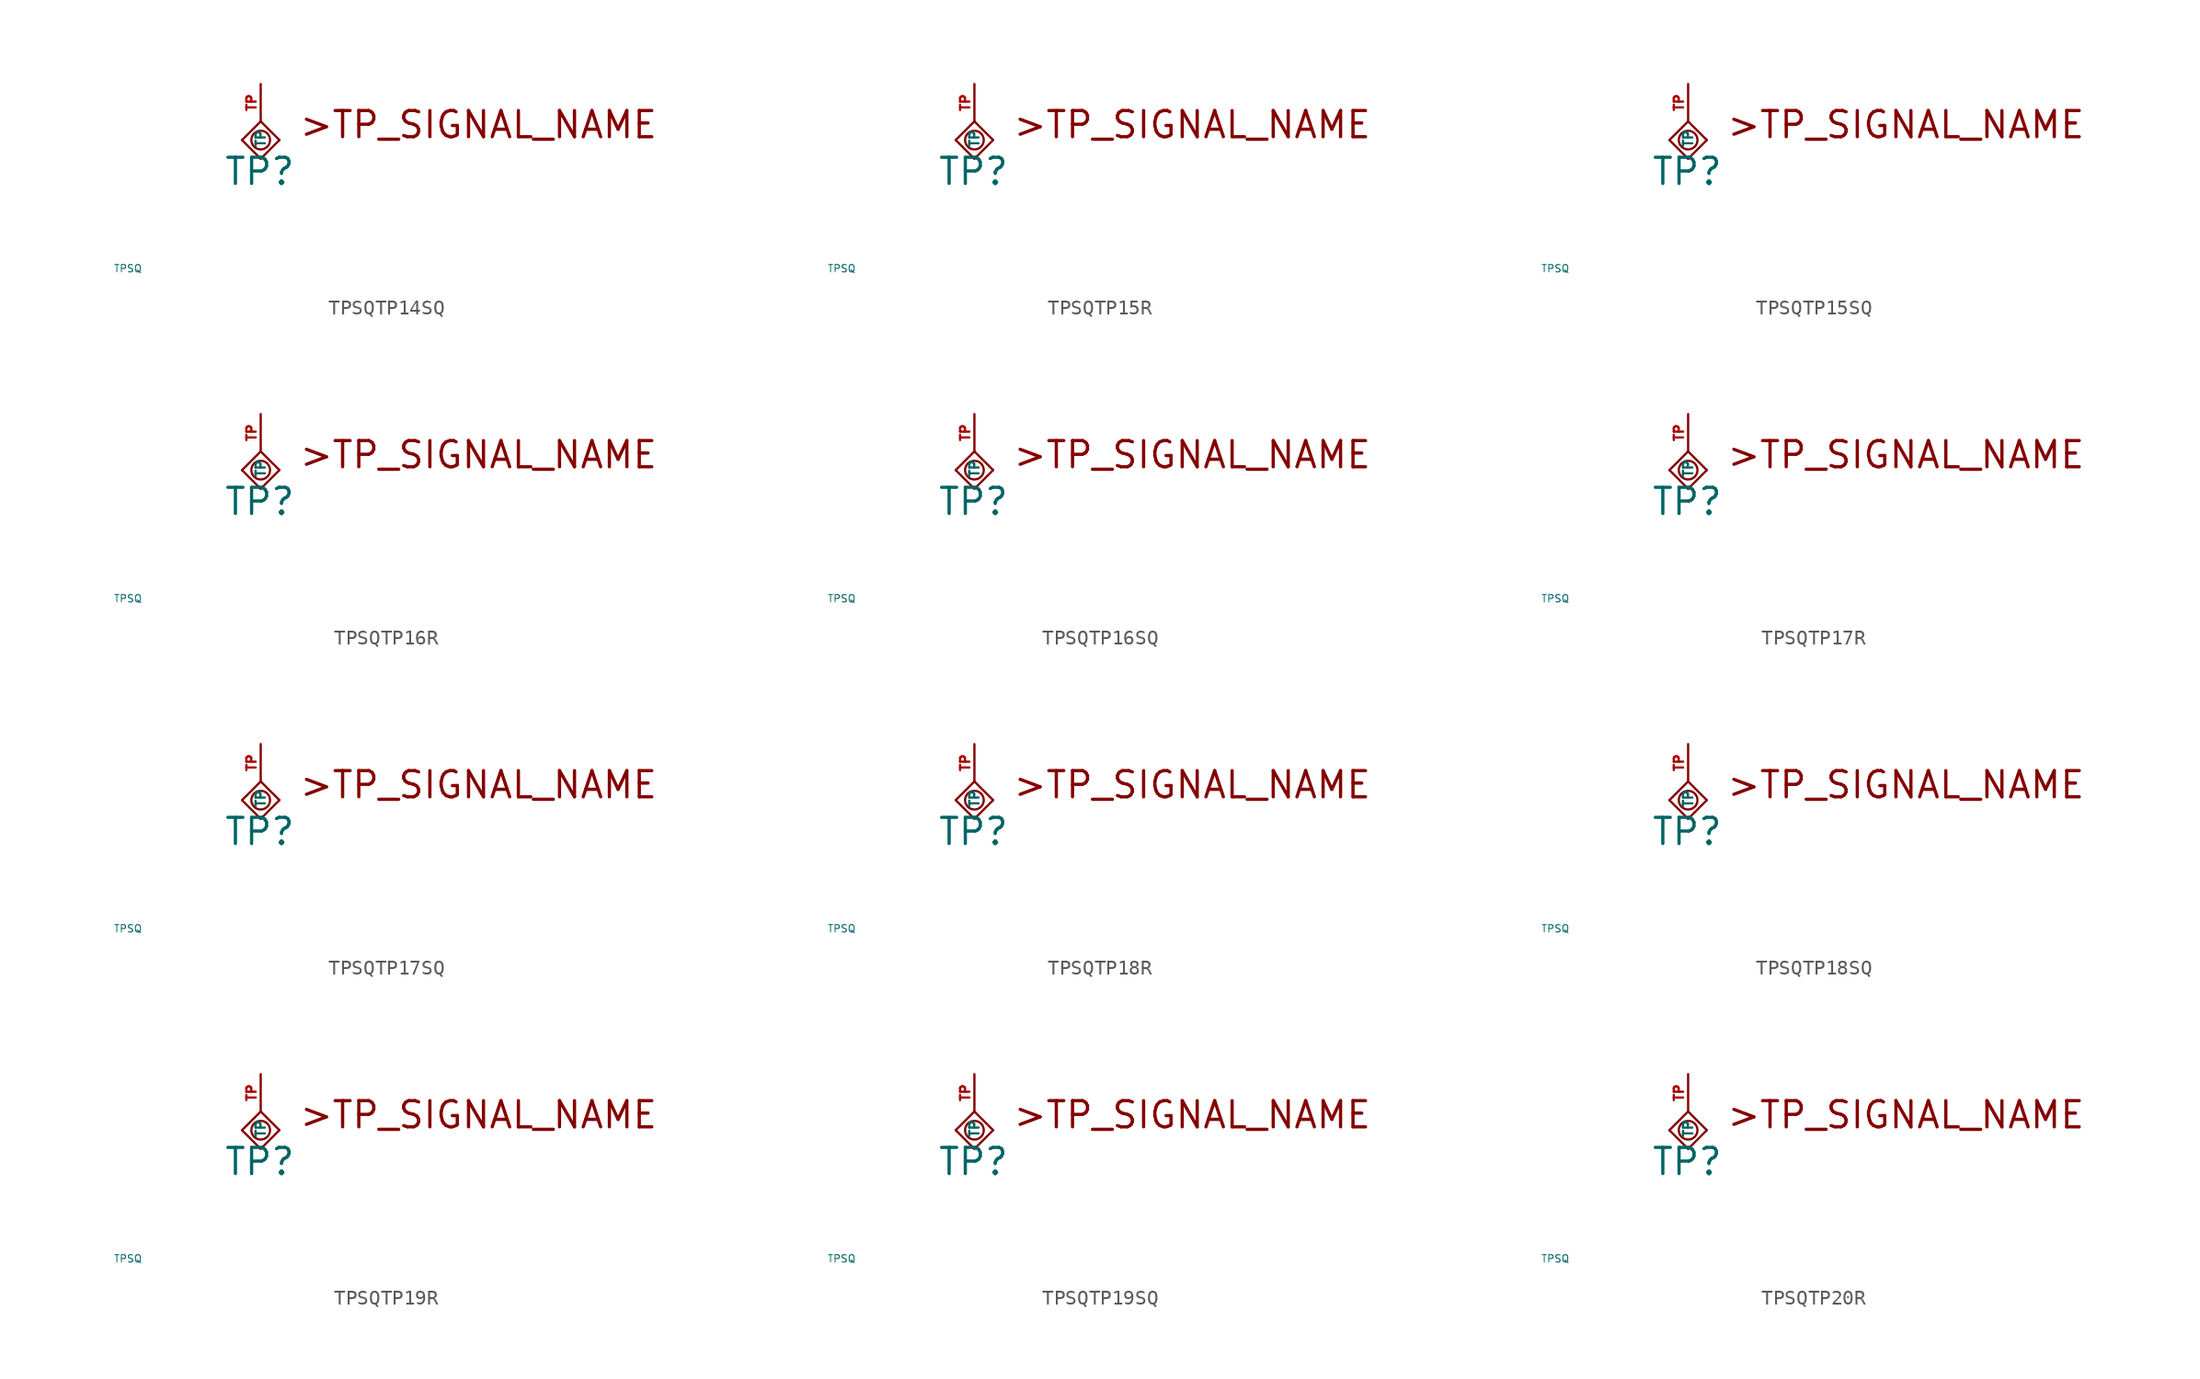
<source format=kicad_sym>
(kicad_symbol_lib
  (version 20220914)
  (generator Eagle2Kicad)
  (symbol "TPSQTP14SQ"
    (property "Reference" "TP"
      (at -2.54 -4.445 0)
      (effects (font (size 1.778 1.778) (thickness 0.22)) (justify left bottom)))
    (property "Value" "TPSQ"
      (at -10 -10 0)
      (effects (font (size 0.5 0.5) (thickness 0.06)) (justify left)))
    (polyline
      (pts (xy 0 -2.54) (xy 1.27 -1.27))
      (stroke (width 0.152) (type default))
      (fill (type none)))
    (polyline
      (pts (xy 1.27 -1.27) (xy 0 0))
      (stroke (width 0.152) (type default))
      (fill (type none)))
    (polyline
      (pts (xy 0 0) (xy -1.27 -1.27))
      (stroke (width 0.152) (type default))
      (fill (type none)))
    (polyline
      (pts (xy -1.27 -1.27) (xy 0 -2.54))
      (stroke (width 0.152) (type default))
      (fill (type none)))
    (text ">TP_SIGNAL_NAME"
      (at 2.54 -1.27 0)
      (effects (font (size 1.778 1.778) (thickness 0.22)) (justify left bottom)))
    (circle
      (center 0 -1.27)
      (radius 0.635)
      (stroke (width 0.152) (type default))
      (fill (type none)))
    (pin input line
      (at 0 2.54 270)
      (length 2.54)
      (name "TP" (effects (font (size 0.635 0.635) (thickness 0.08)) (justify left bottom)))
      (number "TP" (effects (font (size 0.635 0.635) (thickness 0.08)) (justify left bottom)))))
  (symbol "TPSQTP15R"
    (property "Reference" "TP"
      (at -2.54 -4.445 0)
      (effects (font (size 1.778 1.778) (thickness 0.22)) (justify left bottom)))
    (property "Value" "TPSQ"
      (at -10 -10 0)
      (effects (font (size 0.5 0.5) (thickness 0.06)) (justify left)))
    (polyline
      (pts (xy 0 -2.54) (xy 1.27 -1.27))
      (stroke (width 0.152) (type default))
      (fill (type none)))
    (polyline
      (pts (xy 1.27 -1.27) (xy 0 0))
      (stroke (width 0.152) (type default))
      (fill (type none)))
    (polyline
      (pts (xy 0 0) (xy -1.27 -1.27))
      (stroke (width 0.152) (type default))
      (fill (type none)))
    (polyline
      (pts (xy -1.27 -1.27) (xy 0 -2.54))
      (stroke (width 0.152) (type default))
      (fill (type none)))
    (text ">TP_SIGNAL_NAME"
      (at 2.54 -1.27 0)
      (effects (font (size 1.778 1.778) (thickness 0.22)) (justify left bottom)))
    (circle
      (center 0 -1.27)
      (radius 0.635)
      (stroke (width 0.152) (type default))
      (fill (type none)))
    (pin input line
      (at 0 2.54 270)
      (length 2.54)
      (name "TP" (effects (font (size 0.635 0.635) (thickness 0.08)) (justify left bottom)))
      (number "TP" (effects (font (size 0.635 0.635) (thickness 0.08)) (justify left bottom)))))
  (symbol "TPSQTP15SQ"
    (property "Reference" "TP"
      (at -2.54 -4.445 0)
      (effects (font (size 1.778 1.778) (thickness 0.22)) (justify left bottom)))
    (property "Value" "TPSQ"
      (at -10 -10 0)
      (effects (font (size 0.5 0.5) (thickness 0.06)) (justify left)))
    (polyline
      (pts (xy 0 -2.54) (xy 1.27 -1.27))
      (stroke (width 0.152) (type default))
      (fill (type none)))
    (polyline
      (pts (xy 1.27 -1.27) (xy 0 0))
      (stroke (width 0.152) (type default))
      (fill (type none)))
    (polyline
      (pts (xy 0 0) (xy -1.27 -1.27))
      (stroke (width 0.152) (type default))
      (fill (type none)))
    (polyline
      (pts (xy -1.27 -1.27) (xy 0 -2.54))
      (stroke (width 0.152) (type default))
      (fill (type none)))
    (text ">TP_SIGNAL_NAME"
      (at 2.54 -1.27 0)
      (effects (font (size 1.778 1.778) (thickness 0.22)) (justify left bottom)))
    (circle
      (center 0 -1.27)
      (radius 0.635)
      (stroke (width 0.152) (type default))
      (fill (type none)))
    (pin input line
      (at 0 2.54 270)
      (length 2.54)
      (name "TP" (effects (font (size 0.635 0.635) (thickness 0.08)) (justify left bottom)))
      (number "TP" (effects (font (size 0.635 0.635) (thickness 0.08)) (justify left bottom)))))
  (symbol "TPSQTP16R"
    (property "Reference" "TP"
      (at -2.54 -4.445 0)
      (effects (font (size 1.778 1.778) (thickness 0.22)) (justify left bottom)))
    (property "Value" "TPSQ"
      (at -10 -10 0)
      (effects (font (size 0.5 0.5) (thickness 0.06)) (justify left)))
    (polyline
      (pts (xy 0 -2.54) (xy 1.27 -1.27))
      (stroke (width 0.152) (type default))
      (fill (type none)))
    (polyline
      (pts (xy 1.27 -1.27) (xy 0 0))
      (stroke (width 0.152) (type default))
      (fill (type none)))
    (polyline
      (pts (xy 0 0) (xy -1.27 -1.27))
      (stroke (width 0.152) (type default))
      (fill (type none)))
    (polyline
      (pts (xy -1.27 -1.27) (xy 0 -2.54))
      (stroke (width 0.152) (type default))
      (fill (type none)))
    (text ">TP_SIGNAL_NAME"
      (at 2.54 -1.27 0)
      (effects (font (size 1.778 1.778) (thickness 0.22)) (justify left bottom)))
    (circle
      (center 0 -1.27)
      (radius 0.635)
      (stroke (width 0.152) (type default))
      (fill (type none)))
    (pin input line
      (at 0 2.54 270)
      (length 2.54)
      (name "TP" (effects (font (size 0.635 0.635) (thickness 0.08)) (justify left bottom)))
      (number "TP" (effects (font (size 0.635 0.635) (thickness 0.08)) (justify left bottom)))))
  (symbol "TPSQTP16SQ"
    (property "Reference" "TP"
      (at -2.54 -4.445 0)
      (effects (font (size 1.778 1.778) (thickness 0.22)) (justify left bottom)))
    (property "Value" "TPSQ"
      (at -10 -10 0)
      (effects (font (size 0.5 0.5) (thickness 0.06)) (justify left)))
    (polyline
      (pts (xy 0 -2.54) (xy 1.27 -1.27))
      (stroke (width 0.152) (type default))
      (fill (type none)))
    (polyline
      (pts (xy 1.27 -1.27) (xy 0 0))
      (stroke (width 0.152) (type default))
      (fill (type none)))
    (polyline
      (pts (xy 0 0) (xy -1.27 -1.27))
      (stroke (width 0.152) (type default))
      (fill (type none)))
    (polyline
      (pts (xy -1.27 -1.27) (xy 0 -2.54))
      (stroke (width 0.152) (type default))
      (fill (type none)))
    (text ">TP_SIGNAL_NAME"
      (at 2.54 -1.27 0)
      (effects (font (size 1.778 1.778) (thickness 0.22)) (justify left bottom)))
    (circle
      (center 0 -1.27)
      (radius 0.635)
      (stroke (width 0.152) (type default))
      (fill (type none)))
    (pin input line
      (at 0 2.54 270)
      (length 2.54)
      (name "TP" (effects (font (size 0.635 0.635) (thickness 0.08)) (justify left bottom)))
      (number "TP" (effects (font (size 0.635 0.635) (thickness 0.08)) (justify left bottom)))))
  (symbol "TPSQTP17R"
    (property "Reference" "TP"
      (at -2.54 -4.445 0)
      (effects (font (size 1.778 1.778) (thickness 0.22)) (justify left bottom)))
    (property "Value" "TPSQ"
      (at -10 -10 0)
      (effects (font (size 0.5 0.5) (thickness 0.06)) (justify left)))
    (polyline
      (pts (xy 0 -2.54) (xy 1.27 -1.27))
      (stroke (width 0.152) (type default))
      (fill (type none)))
    (polyline
      (pts (xy 1.27 -1.27) (xy 0 0))
      (stroke (width 0.152) (type default))
      (fill (type none)))
    (polyline
      (pts (xy 0 0) (xy -1.27 -1.27))
      (stroke (width 0.152) (type default))
      (fill (type none)))
    (polyline
      (pts (xy -1.27 -1.27) (xy 0 -2.54))
      (stroke (width 0.152) (type default))
      (fill (type none)))
    (text ">TP_SIGNAL_NAME"
      (at 2.54 -1.27 0)
      (effects (font (size 1.778 1.778) (thickness 0.22)) (justify left bottom)))
    (circle
      (center 0 -1.27)
      (radius 0.635)
      (stroke (width 0.152) (type default))
      (fill (type none)))
    (pin input line
      (at 0 2.54 270)
      (length 2.54)
      (name "TP" (effects (font (size 0.635 0.635) (thickness 0.08)) (justify left bottom)))
      (number "TP" (effects (font (size 0.635 0.635) (thickness 0.08)) (justify left bottom)))))
  (symbol "TPSQTP17SQ"
    (property "Reference" "TP"
      (at -2.54 -4.445 0)
      (effects (font (size 1.778 1.778) (thickness 0.22)) (justify left bottom)))
    (property "Value" "TPSQ"
      (at -10 -10 0)
      (effects (font (size 0.5 0.5) (thickness 0.06)) (justify left)))
    (polyline
      (pts (xy 0 -2.54) (xy 1.27 -1.27))
      (stroke (width 0.152) (type default))
      (fill (type none)))
    (polyline
      (pts (xy 1.27 -1.27) (xy 0 0))
      (stroke (width 0.152) (type default))
      (fill (type none)))
    (polyline
      (pts (xy 0 0) (xy -1.27 -1.27))
      (stroke (width 0.152) (type default))
      (fill (type none)))
    (polyline
      (pts (xy -1.27 -1.27) (xy 0 -2.54))
      (stroke (width 0.152) (type default))
      (fill (type none)))
    (text ">TP_SIGNAL_NAME"
      (at 2.54 -1.27 0)
      (effects (font (size 1.778 1.778) (thickness 0.22)) (justify left bottom)))
    (circle
      (center 0 -1.27)
      (radius 0.635)
      (stroke (width 0.152) (type default))
      (fill (type none)))
    (pin input line
      (at 0 2.54 270)
      (length 2.54)
      (name "TP" (effects (font (size 0.635 0.635) (thickness 0.08)) (justify left bottom)))
      (number "TP" (effects (font (size 0.635 0.635) (thickness 0.08)) (justify left bottom)))))
  (symbol "TPSQTP18R"
    (property "Reference" "TP"
      (at -2.54 -4.445 0)
      (effects (font (size 1.778 1.778) (thickness 0.22)) (justify left bottom)))
    (property "Value" "TPSQ"
      (at -10 -10 0)
      (effects (font (size 0.5 0.5) (thickness 0.06)) (justify left)))
    (polyline
      (pts (xy 0 -2.54) (xy 1.27 -1.27))
      (stroke (width 0.152) (type default))
      (fill (type none)))
    (polyline
      (pts (xy 1.27 -1.27) (xy 0 0))
      (stroke (width 0.152) (type default))
      (fill (type none)))
    (polyline
      (pts (xy 0 0) (xy -1.27 -1.27))
      (stroke (width 0.152) (type default))
      (fill (type none)))
    (polyline
      (pts (xy -1.27 -1.27) (xy 0 -2.54))
      (stroke (width 0.152) (type default))
      (fill (type none)))
    (text ">TP_SIGNAL_NAME"
      (at 2.54 -1.27 0)
      (effects (font (size 1.778 1.778) (thickness 0.22)) (justify left bottom)))
    (circle
      (center 0 -1.27)
      (radius 0.635)
      (stroke (width 0.152) (type default))
      (fill (type none)))
    (pin input line
      (at 0 2.54 270)
      (length 2.54)
      (name "TP" (effects (font (size 0.635 0.635) (thickness 0.08)) (justify left bottom)))
      (number "TP" (effects (font (size 0.635 0.635) (thickness 0.08)) (justify left bottom)))))
  (symbol "TPSQTP18SQ"
    (property "Reference" "TP"
      (at -2.54 -4.445 0)
      (effects (font (size 1.778 1.778) (thickness 0.22)) (justify left bottom)))
    (property "Value" "TPSQ"
      (at -10 -10 0)
      (effects (font (size 0.5 0.5) (thickness 0.06)) (justify left)))
    (polyline
      (pts (xy 0 -2.54) (xy 1.27 -1.27))
      (stroke (width 0.152) (type default))
      (fill (type none)))
    (polyline
      (pts (xy 1.27 -1.27) (xy 0 0))
      (stroke (width 0.152) (type default))
      (fill (type none)))
    (polyline
      (pts (xy 0 0) (xy -1.27 -1.27))
      (stroke (width 0.152) (type default))
      (fill (type none)))
    (polyline
      (pts (xy -1.27 -1.27) (xy 0 -2.54))
      (stroke (width 0.152) (type default))
      (fill (type none)))
    (text ">TP_SIGNAL_NAME"
      (at 2.54 -1.27 0)
      (effects (font (size 1.778 1.778) (thickness 0.22)) (justify left bottom)))
    (circle
      (center 0 -1.27)
      (radius 0.635)
      (stroke (width 0.152) (type default))
      (fill (type none)))
    (pin input line
      (at 0 2.54 270)
      (length 2.54)
      (name "TP" (effects (font (size 0.635 0.635) (thickness 0.08)) (justify left bottom)))
      (number "TP" (effects (font (size 0.635 0.635) (thickness 0.08)) (justify left bottom)))))
  (symbol "TPSQTP19R"
    (property "Reference" "TP"
      (at -2.54 -4.445 0)
      (effects (font (size 1.778 1.778) (thickness 0.22)) (justify left bottom)))
    (property "Value" "TPSQ"
      (at -10 -10 0)
      (effects (font (size 0.5 0.5) (thickness 0.06)) (justify left)))
    (polyline
      (pts (xy 0 -2.54) (xy 1.27 -1.27))
      (stroke (width 0.152) (type default))
      (fill (type none)))
    (polyline
      (pts (xy 1.27 -1.27) (xy 0 0))
      (stroke (width 0.152) (type default))
      (fill (type none)))
    (polyline
      (pts (xy 0 0) (xy -1.27 -1.27))
      (stroke (width 0.152) (type default))
      (fill (type none)))
    (polyline
      (pts (xy -1.27 -1.27) (xy 0 -2.54))
      (stroke (width 0.152) (type default))
      (fill (type none)))
    (text ">TP_SIGNAL_NAME"
      (at 2.54 -1.27 0)
      (effects (font (size 1.778 1.778) (thickness 0.22)) (justify left bottom)))
    (circle
      (center 0 -1.27)
      (radius 0.635)
      (stroke (width 0.152) (type default))
      (fill (type none)))
    (pin input line
      (at 0 2.54 270)
      (length 2.54)
      (name "TP" (effects (font (size 0.635 0.635) (thickness 0.08)) (justify left bottom)))
      (number "TP" (effects (font (size 0.635 0.635) (thickness 0.08)) (justify left bottom)))))
  (symbol "TPSQTP19SQ"
    (property "Reference" "TP"
      (at -2.54 -4.445 0)
      (effects (font (size 1.778 1.778) (thickness 0.22)) (justify left bottom)))
    (property "Value" "TPSQ"
      (at -10 -10 0)
      (effects (font (size 0.5 0.5) (thickness 0.06)) (justify left)))
    (polyline
      (pts (xy 0 -2.54) (xy 1.27 -1.27))
      (stroke (width 0.152) (type default))
      (fill (type none)))
    (polyline
      (pts (xy 1.27 -1.27) (xy 0 0))
      (stroke (width 0.152) (type default))
      (fill (type none)))
    (polyline
      (pts (xy 0 0) (xy -1.27 -1.27))
      (stroke (width 0.152) (type default))
      (fill (type none)))
    (polyline
      (pts (xy -1.27 -1.27) (xy 0 -2.54))
      (stroke (width 0.152) (type default))
      (fill (type none)))
    (text ">TP_SIGNAL_NAME"
      (at 2.54 -1.27 0)
      (effects (font (size 1.778 1.778) (thickness 0.22)) (justify left bottom)))
    (circle
      (center 0 -1.27)
      (radius 0.635)
      (stroke (width 0.152) (type default))
      (fill (type none)))
    (pin input line
      (at 0 2.54 270)
      (length 2.54)
      (name "TP" (effects (font (size 0.635 0.635) (thickness 0.08)) (justify left bottom)))
      (number "TP" (effects (font (size 0.635 0.635) (thickness 0.08)) (justify left bottom)))))
  (symbol "TPSQTP20R"
    (property "Reference" "TP"
      (at -2.54 -4.445 0)
      (effects (font (size 1.778 1.778) (thickness 0.22)) (justify left bottom)))
    (property "Value" "TPSQ"
      (at -10 -10 0)
      (effects (font (size 0.5 0.5) (thickness 0.06)) (justify left)))
    (polyline
      (pts (xy 0 -2.54) (xy 1.27 -1.27))
      (stroke (width 0.152) (type default))
      (fill (type none)))
    (polyline
      (pts (xy 1.27 -1.27) (xy 0 0))
      (stroke (width 0.152) (type default))
      (fill (type none)))
    (polyline
      (pts (xy 0 0) (xy -1.27 -1.27))
      (stroke (width 0.152) (type default))
      (fill (type none)))
    (polyline
      (pts (xy -1.27 -1.27) (xy 0 -2.54))
      (stroke (width 0.152) (type default))
      (fill (type none)))
    (text ">TP_SIGNAL_NAME"
      (at 2.54 -1.27 0)
      (effects (font (size 1.778 1.778) (thickness 0.22)) (justify left bottom)))
    (circle
      (center 0 -1.27)
      (radius 0.635)
      (stroke (width 0.152) (type default))
      (fill (type none)))
    (pin input line
      (at 0 2.54 270)
      (length 2.54)
      (name "TP" (effects (font (size 0.635 0.635) (thickness 0.08)) (justify left bottom)))
      (number "TP" (effects (font (size 0.635 0.635) (thickness 0.08)) (justify left bottom))))))
</source>
